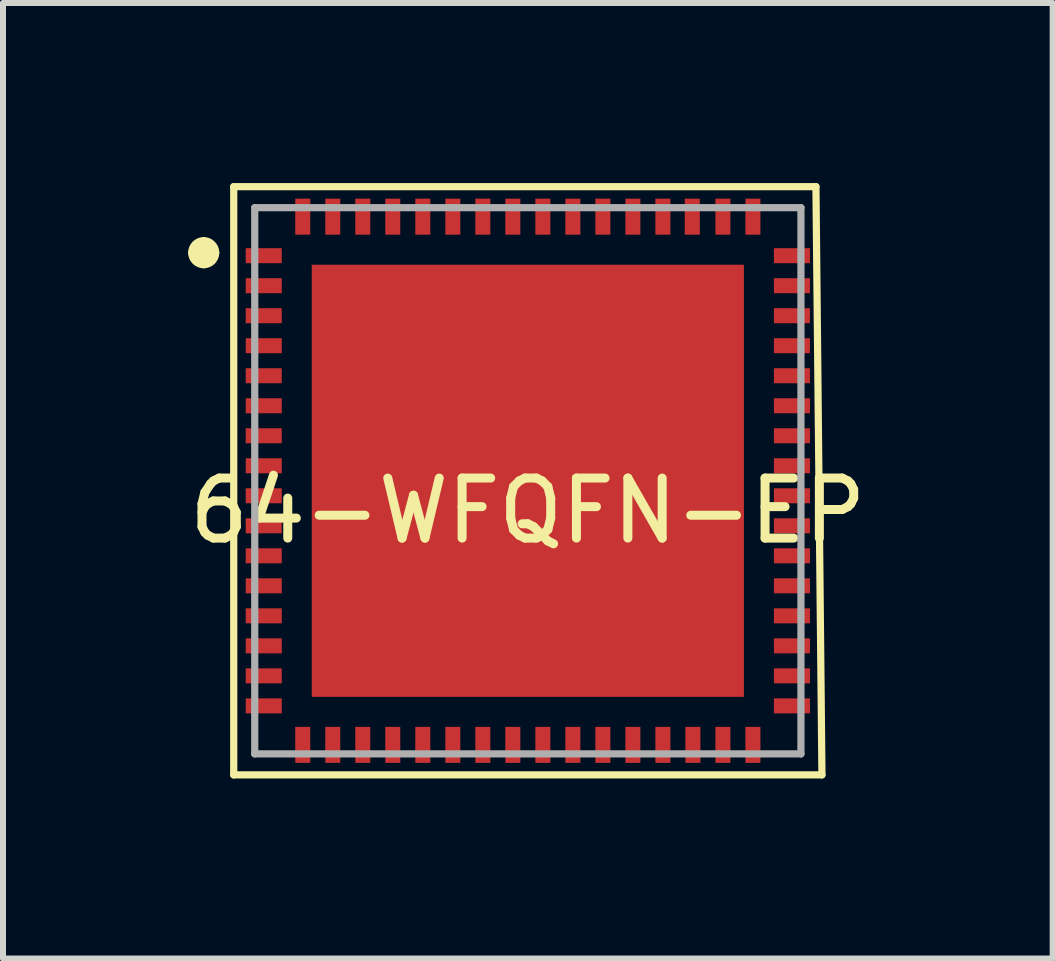
<source format=kicad_pcb>
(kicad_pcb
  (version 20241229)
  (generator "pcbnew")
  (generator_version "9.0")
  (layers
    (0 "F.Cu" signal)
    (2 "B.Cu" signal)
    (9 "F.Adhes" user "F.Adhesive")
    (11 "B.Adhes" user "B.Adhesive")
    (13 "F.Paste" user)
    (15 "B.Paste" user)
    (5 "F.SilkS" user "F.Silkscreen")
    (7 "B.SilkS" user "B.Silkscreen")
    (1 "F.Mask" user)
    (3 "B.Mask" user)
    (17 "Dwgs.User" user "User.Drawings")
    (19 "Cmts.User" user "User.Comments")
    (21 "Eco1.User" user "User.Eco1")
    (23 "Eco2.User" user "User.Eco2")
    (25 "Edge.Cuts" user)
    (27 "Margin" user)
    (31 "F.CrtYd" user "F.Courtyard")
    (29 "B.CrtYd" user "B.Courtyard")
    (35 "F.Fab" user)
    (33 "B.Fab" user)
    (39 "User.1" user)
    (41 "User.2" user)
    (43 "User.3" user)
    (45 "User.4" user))
  (footprint "64-WFQFN-EP"
    (layer "F.Cu")
    (at 5.744 4.96)
    (property "Reference" "64-WFQFN-EP" (at 0 0.5 0) (layer "F.SilkS") (effects (font (size 1 1) (thickness 0.15))))
    (attr smd)
    (fp_line (start -5.6 -3.8) (end -5.2 -3.8) (stroke (width 0.12) (type solid)) (layer "F.SilkS"))
    (fp_line (start -5.4 -4) (end -5.4 -3.6) (stroke (width 0.12) (type solid)) (layer "F.SilkS"))
    (fp_line (start -4.9 -4.9) (end -4.9 4.9) (stroke (width 0.12) (type solid)) (layer "F.SilkS"))
    (fp_line (start -4.9 4.9) (end 4.9 4.9) (stroke (width 0.12) (type solid)) (layer "F.SilkS"))
    (fp_line (start 4.8 -4.9) (end -4.9 -4.9) (stroke (width 0.12) (type solid)) (layer "F.SilkS"))
    (fp_line (start 4.9 4.9) (end 4.8 -4.9) (stroke (width 0.12) (type solid)) (layer "F.SilkS"))
    (fp_circle (center -5.4 -3.8) (end -5.5 -3.8) (stroke (width 0.12) (type solid)) (fill no) (layer "F.SilkS"))
    (fp_circle (center -5.4 -3.8) (end -5.2 -3.8) (stroke (width 0.12) (type solid)) (fill no) (layer "F.SilkS"))
    (fp_line (start -4.55 -4.55) (end 4.55 -4.55) (stroke (width 0.12) (type solid)) (layer "F.Fab"))
    (fp_line (start -4.55 4.55) (end -4.55 -4.55) (stroke (width 0.12) (type solid)) (layer "F.Fab"))
    (fp_line (start 4.55 -4.55) (end 4.55 4.55) (stroke (width 0.12) (type solid)) (layer "F.Fab"))
    (fp_line (start 4.55 4.55) (end -4.55 4.55) (stroke (width 0.12) (type solid)) (layer "F.Fab"))
    (pad "1" smd rect (at -4.4 -3.75) (size 0.6 0.25) (layers "F.Cu" "F.Mask" "F.Paste"))
    (pad "2" smd rect (at -4.4 -3.25) (size 0.6 0.25) (layers "F.Cu" "F.Mask" "F.Paste"))
    (pad "3" smd rect (at -4.4 -2.75) (size 0.6 0.25) (layers "F.Cu" "F.Mask" "F.Paste"))
    (pad "4" smd rect (at -4.4 -2.25) (size 0.6 0.25) (layers "F.Cu" "F.Mask" "F.Paste"))
    (pad "5" smd rect (at -4.4 -1.75) (size 0.6 0.25) (layers "F.Cu" "F.Mask" "F.Paste"))
    (pad "6" smd rect (at -4.4 -1.25) (size 0.6 0.25) (layers "F.Cu" "F.Mask" "F.Paste"))
    (pad "7" smd rect (at -4.4 -0.75) (size 0.6 0.25) (layers "F.Cu" "F.Mask" "F.Paste"))
    (pad "8" smd rect (at -4.4 -0.25) (size 0.6 0.25) (layers "F.Cu" "F.Mask" "F.Paste"))
    (pad "9" smd rect (at -4.4 0.25) (size 0.6 0.25) (layers "F.Cu" "F.Mask" "F.Paste"))
    (pad "10" smd rect (at -4.4 0.75) (size 0.6 0.25) (layers "F.Cu" "F.Mask" "F.Paste"))
    (pad "11" smd rect (at -4.4 1.25) (size 0.6 0.25) (layers "F.Cu" "F.Mask" "F.Paste"))
    (pad "12" smd rect (at -4.4 1.75) (size 0.6 0.25) (layers "F.Cu" "F.Mask" "F.Paste"))
    (pad "13" smd rect (at -4.4 2.25) (size 0.6 0.25) (layers "F.Cu" "F.Mask" "F.Paste"))
    (pad "14" smd rect (at -4.4 2.75) (size 0.6 0.25) (layers "F.Cu" "F.Mask" "F.Paste"))
    (pad "15" smd rect (at -4.4 3.25) (size 0.6 0.25) (layers "F.Cu" "F.Mask" "F.Paste"))
    (pad "16" smd rect (at -4.4 3.75) (size 0.6 0.25) (layers "F.Cu" "F.Mask" "F.Paste"))
    (pad "17" smd rect (at -3.75 4.4 90) (size 0.6 0.25) (layers "F.Cu" "F.Mask" "F.Paste"))
    (pad "18" smd rect (at -3.25 4.4 90) (size 0.6 0.25) (layers "F.Cu" "F.Mask" "F.Paste"))
    (pad "19" smd rect (at -2.75 4.4 90) (size 0.6 0.25) (layers "F.Cu" "F.Mask" "F.Paste"))
    (pad "20" smd rect (at -2.25 4.4 90) (size 0.6 0.25) (layers "F.Cu" "F.Mask" "F.Paste"))
    (pad "21" smd rect (at -1.75 4.4 90) (size 0.6 0.25) (layers "F.Cu" "F.Mask" "F.Paste"))
    (pad "22" smd rect (at -1.25 4.4 90) (size 0.6 0.25) (layers "F.Cu" "F.Mask" "F.Paste"))
    (pad "23" smd rect (at -0.75 4.4 90) (size 0.6 0.25) (layers "F.Cu" "F.Mask" "F.Paste"))
    (pad "24" smd rect (at -0.25 4.4 90) (size 0.6 0.25) (layers "F.Cu" "F.Mask" "F.Paste"))
    (pad "25" smd rect (at 0.25 4.4 90) (size 0.6 0.25) (layers "F.Cu" "F.Mask" "F.Paste"))
    (pad "26" smd rect (at 0.75 4.4 90) (size 0.6 0.25) (layers "F.Cu" "F.Mask" "F.Paste"))
    (pad "27" smd rect (at 1.25 4.4 90) (size 0.6 0.25) (layers "F.Cu" "F.Mask" "F.Paste"))
    (pad "28" smd rect (at 1.75 4.4 90) (size 0.6 0.25) (layers "F.Cu" "F.Mask" "F.Paste"))
    (pad "29" smd rect (at 2.25 4.4 90) (size 0.6 0.25) (layers "F.Cu" "F.Mask" "F.Paste"))
    (pad "30" smd rect (at 2.75 4.4 90) (size 0.6 0.25) (layers "F.Cu" "F.Mask" "F.Paste"))
    (pad "31" smd rect (at 3.25 4.4 90) (size 0.6 0.25) (layers "F.Cu" "F.Mask" "F.Paste"))
    (pad "32" smd rect (at 3.75 4.4 90) (size 0.6 0.25) (layers "F.Cu" "F.Mask" "F.Paste"))
    (pad "33" smd rect (at 4.4 3.75 180) (size 0.6 0.25) (layers "F.Cu" "F.Mask" "F.Paste"))
    (pad "34" smd rect (at 4.4 3.25 180) (size 0.6 0.25) (layers "F.Cu" "F.Mask" "F.Paste"))
    (pad "35" smd rect (at 4.4 2.75 180) (size 0.6 0.25) (layers "F.Cu" "F.Mask" "F.Paste"))
    (pad "36" smd rect (at 4.4 2.25 180) (size 0.6 0.25) (layers "F.Cu" "F.Mask" "F.Paste"))
    (pad "37" smd rect (at 4.4 1.75 180) (size 0.6 0.25) (layers "F.Cu" "F.Mask" "F.Paste"))
    (pad "38" smd rect (at 4.4 1.25 180) (size 0.6 0.25) (layers "F.Cu" "F.Mask" "F.Paste"))
    (pad "39" smd rect (at 4.4 0.75 180) (size 0.6 0.25) (layers "F.Cu" "F.Mask" "F.Paste"))
    (pad "40" smd rect (at 4.4 0.25 180) (size 0.6 0.25) (layers "F.Cu" "F.Mask" "F.Paste"))
    (pad "41" smd rect (at 4.4 -0.25 180) (size 0.6 0.25) (layers "F.Cu" "F.Mask" "F.Paste"))
    (pad "42" smd rect (at 4.4 -0.75 180) (size 0.6 0.25) (layers "F.Cu" "F.Mask" "F.Paste"))
    (pad "43" smd rect (at 4.4 -1.25 180) (size 0.6 0.25) (layers "F.Cu" "F.Mask" "F.Paste"))
    (pad "44" smd rect (at 4.4 -1.75 180) (size 0.6 0.25) (layers "F.Cu" "F.Mask" "F.Paste"))
    (pad "45" smd rect (at 4.4 -2.25 180) (size 0.6 0.25) (layers "F.Cu" "F.Mask" "F.Paste"))
    (pad "46" smd rect (at 4.4 -2.75 180) (size 0.6 0.25) (layers "F.Cu" "F.Mask" "F.Paste"))
    (pad "47" smd rect (at 4.4 -3.25 180) (size 0.6 0.25) (layers "F.Cu" "F.Mask" "F.Paste"))
    (pad "48" smd rect (at 4.4 -3.75 180) (size 0.6 0.25) (layers "F.Cu" "F.Mask" "F.Paste"))
    (pad "49" smd rect (at 3.75 -4.4 270) (size 0.6 0.25) (layers "F.Cu" "F.Mask" "F.Paste"))
    (pad "50" smd rect (at 3.25 -4.4 270) (size 0.6 0.25) (layers "F.Cu" "F.Mask" "F.Paste"))
    (pad "51" smd rect (at 2.74 -4.4 270) (size 0.6 0.25) (layers "F.Cu" "F.Mask" "F.Paste"))
    (pad "52" smd rect (at 2.25 -4.4 270) (size 0.6 0.25) (layers "F.Cu" "F.Mask" "F.Paste"))
    (pad "53" smd rect (at 1.75 -4.4 270) (size 0.6 0.25) (layers "F.Cu" "F.Mask" "F.Paste"))
    (pad "54" smd rect (at 1.25 -4.4 270) (size 0.6 0.25) (layers "F.Cu" "F.Mask" "F.Paste"))
    (pad "55" smd rect (at 0.75 -4.4 270) (size 0.6 0.25) (layers "F.Cu" "F.Mask" "F.Paste"))
    (pad "56" smd rect (at 0.25 -4.4 270) (size 0.6 0.25) (layers "F.Cu" "F.Mask" "F.Paste"))
    (pad "57" smd rect (at -0.25 -4.4 270) (size 0.6 0.25) (layers "F.Cu" "F.Mask" "F.Paste"))
    (pad "58" smd rect (at -0.75 -4.4 270) (size 0.6 0.25) (layers "F.Cu" "F.Mask" "F.Paste"))
    (pad "59" smd rect (at -1.25 -4.4 270) (size 0.6 0.25) (layers "F.Cu" "F.Mask" "F.Paste"))
    (pad "60" smd rect (at -1.75 -4.4 270) (size 0.6 0.25) (layers "F.Cu" "F.Mask" "F.Paste"))
    (pad "61" smd rect (at -2.25 -4.4 270) (size 0.6 0.25) (layers "F.Cu" "F.Mask" "F.Paste"))
    (pad "62" smd rect (at -2.75 -4.4 270) (size 0.6 0.25) (layers "F.Cu" "F.Mask" "F.Paste"))
    (pad "63" smd rect (at -3.25 -4.4 270) (size 0.6 0.25) (layers "F.Cu" "F.Mask" "F.Paste"))
    (pad "64" smd rect (at -3.75 -4.4 270) (size 0.6 0.25) (layers "F.Cu" "F.Mask" "F.Paste"))
    (pad "65" smd rect (at 0 0 270) (size 7.2 7.2) (layers "F.Cu" "F.Mask" "F.Paste")))
  (gr_rect
    (start -3 -3)
    (end 14.488 12.92)
    (stroke (width 0.1) (type default))
    (fill no)
    (layer "Edge.Cuts")))
</source>
